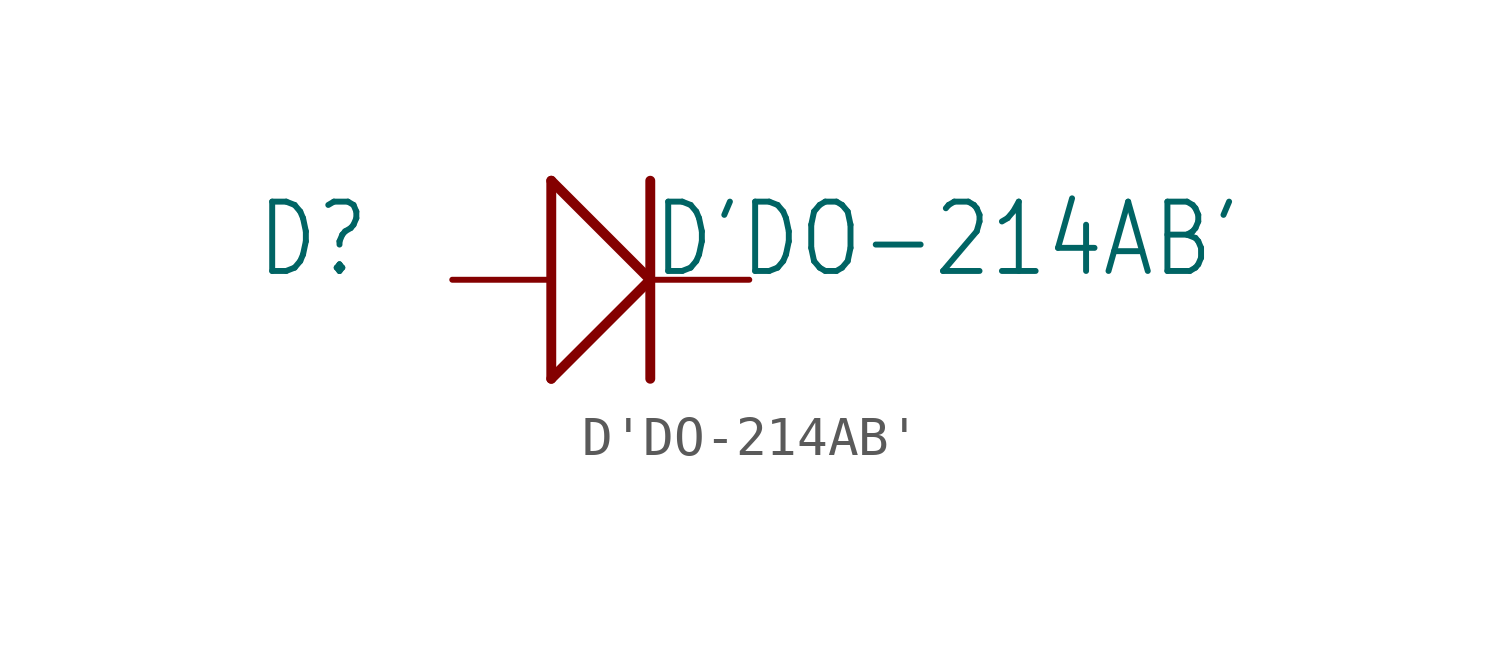
<source format=kicad_sym>
(kicad_symbol_lib
  (version 20211014)
  (generator kicad_symbol_editor)
  (symbol "D'DO-214AB'"
    (property "Reference" "D"
      (at -8.89 0 0)
      (effects (font (size 1.778 1.511)) (justify left bottom)))
    (property "Value" "D'DO-214AB'"
      (at 1.27 0 0)
      (effects (font (size 1.778 1.511)) (justify left bottom)))
    (property "ki_locked" ""
      (at 0 0 0)
      (effects (font (size 1.27 1.27))))
    (symbol "D'DO-214AB'_1_0"
      (polyline (pts (xy -1.27 -2.54) (xy -1.27 2.54)) (stroke (width 0.254) (type default) (color 0 0 0 0)) (fill (type none)))
      (polyline (pts (xy -1.27 -2.54) (xy 1.27 0)) (stroke (width 0.254) (type default) (color 0 0 0 0)) (fill (type none)))
      (polyline (pts (xy -1.27 2.54) (xy 1.27 0)) (stroke (width 0.254) (type default) (color 0 0 0 0)) (fill (type none)))
      (polyline (pts (xy 1.27 2.54) (xy 1.27 -2.54)) (stroke (width 0.254) (type default) (color 0 0 0 0)) (fill (type none)))
      (pin passive line (at -3.81 0 0) (length 2.54) (name "+" (effects (font (size 0 0)))) (number "1" (effects (font (size 0 0)))))
      (pin passive line (at 3.81 0 180) (length 2.54) (name "-" (effects (font (size 0 0)))) (number "2" (effects (font (size 0 0))))))))
</source>
